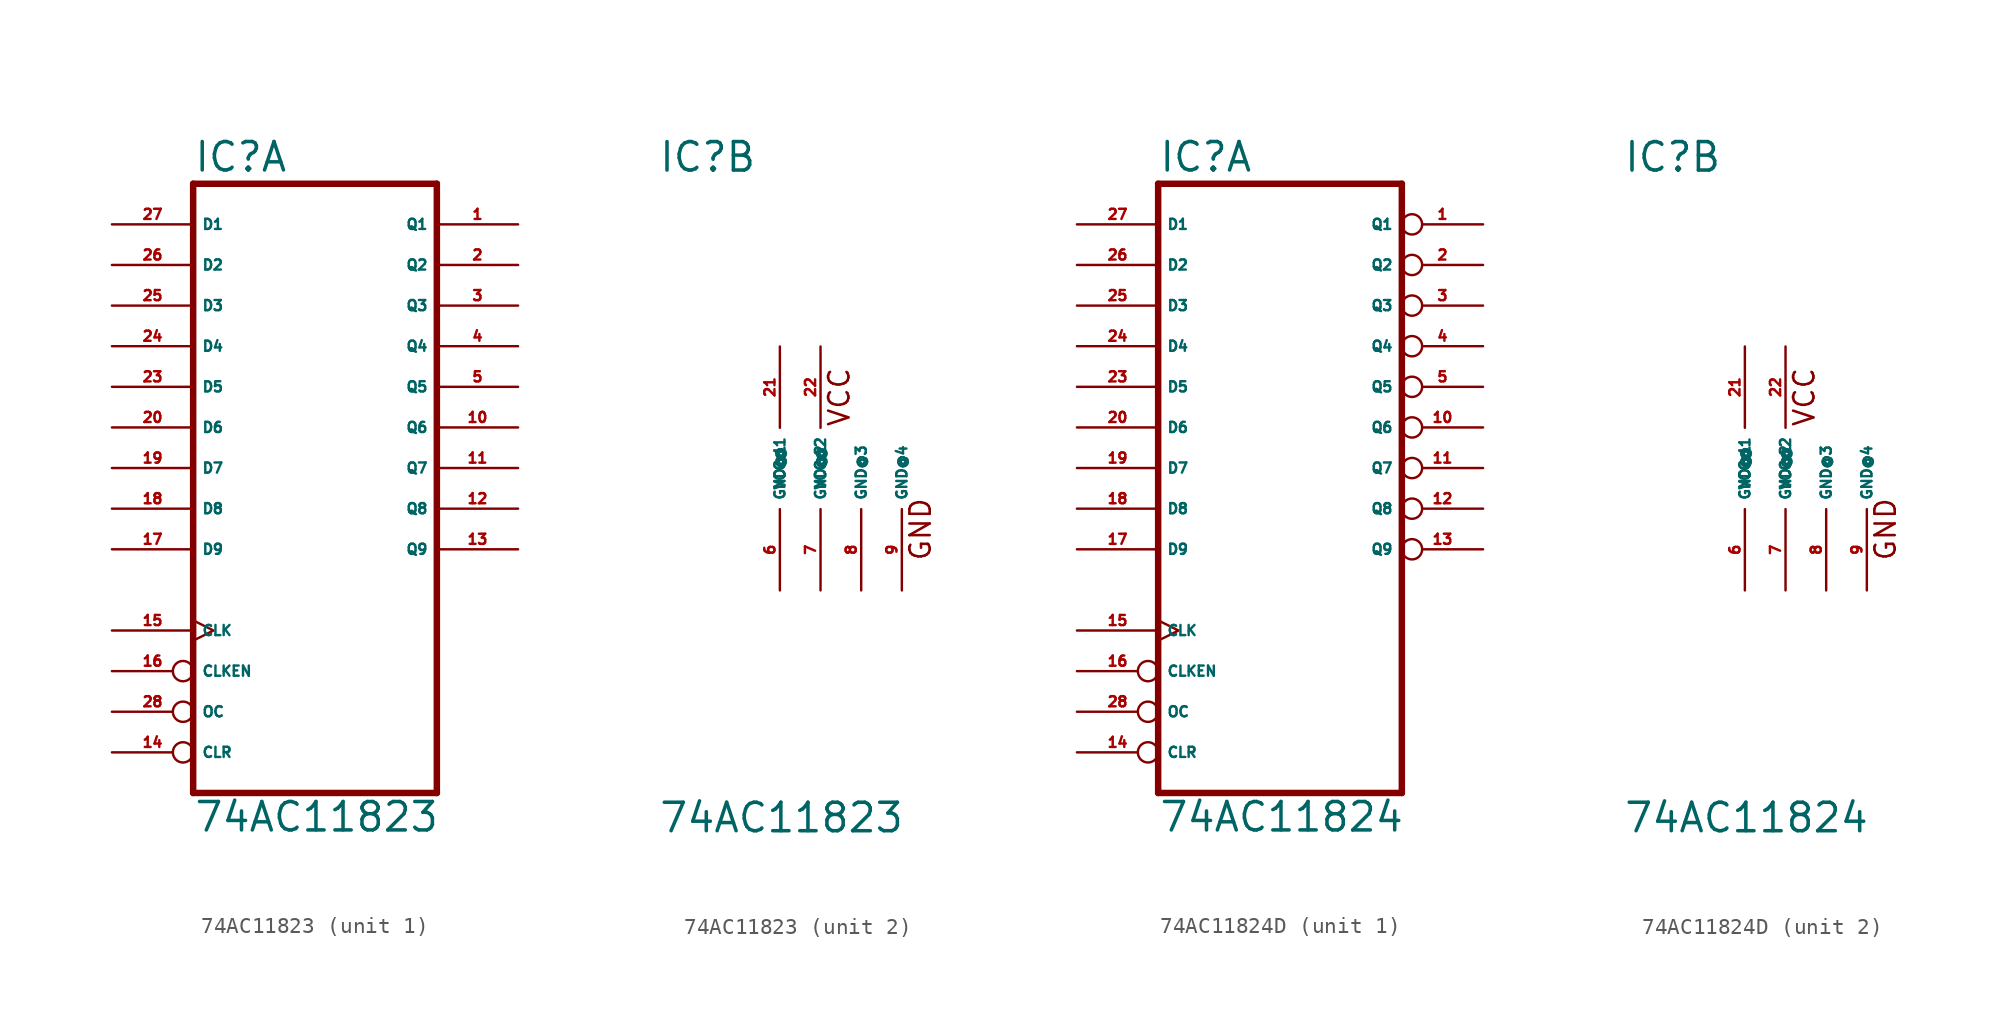
<source format=kicad_sym>
(kicad_symbol_lib
  (version 20220914)
  (generator Eagle2Kicad)
  (symbol "74AC11823"
    (property "Reference" "IC"
      (at -7.62 18.415 0)
      (effects (font (size 1.778 1.778) (thickness 0.22)) (justify left bottom)))
    (property "Value" "74AC11823"
      (at -7.62 -22.86 0)
      (effects (font (size 1.778 1.778) (thickness 0.22)) (justify left bottom)))
    (symbol "74AC11823_1_0"
      (polyline (pts (xy -7.62 -20.32) (xy 7.62 -20.32)) (stroke (width 0.406) (type default)) (fill (type none)))
      (polyline (pts (xy 7.62 -20.32) (xy 7.62 17.78)) (stroke (width 0.406) (type default)) (fill (type none)))
      (polyline (pts (xy 7.62 17.78) (xy -7.62 17.78)) (stroke (width 0.406) (type default)) (fill (type none)))
      (polyline (pts (xy -7.62 17.78) (xy -7.62 -20.32)) (stroke (width 0.406) (type default)) (fill (type none)))
      (pin tri_state line (at 12.7 15.24 180) (length 5.08) (name "Q1" (effects (font (size 0.635 0.635) (thickness 0.08)) (justify left bottom))) (number "1" (effects (font (size 0.635 0.635) (thickness 0.08)) (justify left bottom))))
      (pin tri_state line (at 12.7 12.7 180) (length 5.08) (name "Q2" (effects (font (size 0.635 0.635) (thickness 0.08)) (justify left bottom))) (number "2" (effects (font (size 0.635 0.635) (thickness 0.08)) (justify left bottom))))
      (pin tri_state line (at 12.7 10.16 180) (length 5.08) (name "Q3" (effects (font (size 0.635 0.635) (thickness 0.08)) (justify left bottom))) (number "3" (effects (font (size 0.635 0.635) (thickness 0.08)) (justify left bottom))))
      (pin tri_state line (at 12.7 7.62 180) (length 5.08) (name "Q4" (effects (font (size 0.635 0.635) (thickness 0.08)) (justify left bottom))) (number "4" (effects (font (size 0.635 0.635) (thickness 0.08)) (justify left bottom))))
      (pin tri_state line (at 12.7 5.08 180) (length 5.08) (name "Q5" (effects (font (size 0.635 0.635) (thickness 0.08)) (justify left bottom))) (number "5" (effects (font (size 0.635 0.635) (thickness 0.08)) (justify left bottom))))
      (pin tri_state line (at 12.7 2.54 180) (length 5.08) (name "Q6" (effects (font (size 0.635 0.635) (thickness 0.08)) (justify left bottom))) (number "10" (effects (font (size 0.635 0.635) (thickness 0.08)) (justify left bottom))))
      (pin tri_state line (at 12.7 0 180) (length 5.08) (name "Q7" (effects (font (size 0.635 0.635) (thickness 0.08)) (justify left bottom))) (number "11" (effects (font (size 0.635 0.635) (thickness 0.08)) (justify left bottom))))
      (pin tri_state line (at 12.7 -2.54 180) (length 5.08) (name "Q8" (effects (font (size 0.635 0.635) (thickness 0.08)) (justify left bottom))) (number "12" (effects (font (size 0.635 0.635) (thickness 0.08)) (justify left bottom))))
      (pin tri_state line (at 12.7 -5.08 180) (length 5.08) (name "Q9" (effects (font (size 0.635 0.635) (thickness 0.08)) (justify left bottom))) (number "13" (effects (font (size 0.635 0.635) (thickness 0.08)) (justify left bottom))))
      (pin input inverted (at -12.7 -17.78 0) (length 5.08) (name "CLR" (effects (font (size 0.635 0.635) (thickness 0.08)) (justify left bottom))) (number "14" (effects (font (size 0.635 0.635) (thickness 0.08)) (justify left bottom))))
      (pin input clock (at -12.7 -10.16 0) (length 5.08) (name "CLK" (effects (font (size 0.635 0.635) (thickness 0.08)) (justify left bottom))) (number "15" (effects (font (size 0.635 0.635) (thickness 0.08)) (justify left bottom))))
      (pin input inverted (at -12.7 -12.7 0) (length 5.08) (name "CLKEN" (effects (font (size 0.635 0.635) (thickness 0.08)) (justify left bottom))) (number "16" (effects (font (size 0.635 0.635) (thickness 0.08)) (justify left bottom))))
      (pin input line (at -12.7 -5.08 0) (length 5.08) (name "D9" (effects (font (size 0.635 0.635) (thickness 0.08)) (justify left bottom))) (number "17" (effects (font (size 0.635 0.635) (thickness 0.08)) (justify left bottom))))
      (pin input line (at -12.7 -2.54 0) (length 5.08) (name "D8" (effects (font (size 0.635 0.635) (thickness 0.08)) (justify left bottom))) (number "18" (effects (font (size 0.635 0.635) (thickness 0.08)) (justify left bottom))))
      (pin input line (at -12.7 0 0) (length 5.08) (name "D7" (effects (font (size 0.635 0.635) (thickness 0.08)) (justify left bottom))) (number "19" (effects (font (size 0.635 0.635) (thickness 0.08)) (justify left bottom))))
      (pin input line (at -12.7 2.54 0) (length 5.08) (name "D6" (effects (font (size 0.635 0.635) (thickness 0.08)) (justify left bottom))) (number "20" (effects (font (size 0.635 0.635) (thickness 0.08)) (justify left bottom))))
      (pin input line (at -12.7 5.08 0) (length 5.08) (name "D5" (effects (font (size 0.635 0.635) (thickness 0.08)) (justify left bottom))) (number "23" (effects (font (size 0.635 0.635) (thickness 0.08)) (justify left bottom))))
      (pin input line (at -12.7 7.62 0) (length 5.08) (name "D4" (effects (font (size 0.635 0.635) (thickness 0.08)) (justify left bottom))) (number "24" (effects (font (size 0.635 0.635) (thickness 0.08)) (justify left bottom))))
      (pin input line (at -12.7 10.16 0) (length 5.08) (name "D3" (effects (font (size 0.635 0.635) (thickness 0.08)) (justify left bottom))) (number "25" (effects (font (size 0.635 0.635) (thickness 0.08)) (justify left bottom))))
      (pin input line (at -12.7 12.7 0) (length 5.08) (name "D2" (effects (font (size 0.635 0.635) (thickness 0.08)) (justify left bottom))) (number "26" (effects (font (size 0.635 0.635) (thickness 0.08)) (justify left bottom))))
      (pin input line (at -12.7 15.24 0) (length 5.08) (name "D1" (effects (font (size 0.635 0.635) (thickness 0.08)) (justify left bottom))) (number "27" (effects (font (size 0.635 0.635) (thickness 0.08)) (justify left bottom))))
      (pin input inverted (at -12.7 -15.24 0) (length 5.08) (name "OC" (effects (font (size 0.635 0.635) (thickness 0.08)) (justify left bottom))) (number "28" (effects (font (size 0.635 0.635) (thickness 0.08)) (justify left bottom)))))
    (symbol "74AC11823_2_0"
      (text "VCC" (at 4.445 2.54 900) (effects (font (size 1.27 1.27) (thickness 0.16)) (justify left bottom)))
      (text "GND" (at 9.525 -5.842 900) (effects (font (size 1.27 1.27) (thickness 0.16)) (justify left bottom)))
      (pin unspecified line (at 0 -7.62 90) (length 5.08) (name "GND@1" (effects (font (size 0.635 0.635) (thickness 0.08)) (justify left bottom))) (number "6" (effects (font (size 0.635 0.635) (thickness 0.08)) (justify left bottom))))
      (pin unspecified line (at 2.54 -7.62 90) (length 5.08) (name "GND@2" (effects (font (size 0.635 0.635) (thickness 0.08)) (justify left bottom))) (number "7" (effects (font (size 0.635 0.635) (thickness 0.08)) (justify left bottom))))
      (pin unspecified line (at 5.08 -7.62 90) (length 5.08) (name "GND@3" (effects (font (size 0.635 0.635) (thickness 0.08)) (justify left bottom))) (number "8" (effects (font (size 0.635 0.635) (thickness 0.08)) (justify left bottom))))
      (pin unspecified line (at 7.62 -7.62 90) (length 5.08) (name "GND@4" (effects (font (size 0.635 0.635) (thickness 0.08)) (justify left bottom))) (number "9" (effects (font (size 0.635 0.635) (thickness 0.08)) (justify left bottom))))
      (pin unspecified line (at 0 7.62 270) (length 5.08) (name "VCC@1" (effects (font (size 0.635 0.635) (thickness 0.08)) (justify left bottom))) (number "21" (effects (font (size 0.635 0.635) (thickness 0.08)) (justify left bottom))))
      (pin unspecified line (at 2.54 7.62 270) (length 5.08) (name "VCC@2" (effects (font (size 0.635 0.635) (thickness 0.08)) (justify left bottom))) (number "22" (effects (font (size 0.635 0.635) (thickness 0.08)) (justify left bottom))))))
  (symbol "74AC11824D"
    (property "Reference" "IC"
      (at -7.62 18.415 0)
      (effects (font (size 1.778 1.778) (thickness 0.22)) (justify left bottom)))
    (property "Value" "74AC11824"
      (at -7.62 -22.86 0)
      (effects (font (size 1.778 1.778) (thickness 0.22)) (justify left bottom)))
    (symbol "74AC11824D_1_0"
      (polyline (pts (xy -7.62 -20.32) (xy 7.62 -20.32)) (stroke (width 0.406) (type default)) (fill (type none)))
      (polyline (pts (xy 7.62 -20.32) (xy 7.62 17.78)) (stroke (width 0.406) (type default)) (fill (type none)))
      (polyline (pts (xy 7.62 17.78) (xy -7.62 17.78)) (stroke (width 0.406) (type default)) (fill (type none)))
      (polyline (pts (xy -7.62 17.78) (xy -7.62 -20.32)) (stroke (width 0.406) (type default)) (fill (type none)))
      (pin tri_state inverted (at 12.7 15.24 180) (length 5.08) (name "Q1" (effects (font (size 0.635 0.635) (thickness 0.08)) (justify left bottom))) (number "1" (effects (font (size 0.635 0.635) (thickness 0.08)) (justify left bottom))))
      (pin tri_state inverted (at 12.7 12.7 180) (length 5.08) (name "Q2" (effects (font (size 0.635 0.635) (thickness 0.08)) (justify left bottom))) (number "2" (effects (font (size 0.635 0.635) (thickness 0.08)) (justify left bottom))))
      (pin tri_state inverted (at 12.7 10.16 180) (length 5.08) (name "Q3" (effects (font (size 0.635 0.635) (thickness 0.08)) (justify left bottom))) (number "3" (effects (font (size 0.635 0.635) (thickness 0.08)) (justify left bottom))))
      (pin tri_state inverted (at 12.7 7.62 180) (length 5.08) (name "Q4" (effects (font (size 0.635 0.635) (thickness 0.08)) (justify left bottom))) (number "4" (effects (font (size 0.635 0.635) (thickness 0.08)) (justify left bottom))))
      (pin tri_state inverted (at 12.7 5.08 180) (length 5.08) (name "Q5" (effects (font (size 0.635 0.635) (thickness 0.08)) (justify left bottom))) (number "5" (effects (font (size 0.635 0.635) (thickness 0.08)) (justify left bottom))))
      (pin tri_state inverted (at 12.7 2.54 180) (length 5.08) (name "Q6" (effects (font (size 0.635 0.635) (thickness 0.08)) (justify left bottom))) (number "10" (effects (font (size 0.635 0.635) (thickness 0.08)) (justify left bottom))))
      (pin tri_state inverted (at 12.7 0 180) (length 5.08) (name "Q7" (effects (font (size 0.635 0.635) (thickness 0.08)) (justify left bottom))) (number "11" (effects (font (size 0.635 0.635) (thickness 0.08)) (justify left bottom))))
      (pin tri_state inverted (at 12.7 -2.54 180) (length 5.08) (name "Q8" (effects (font (size 0.635 0.635) (thickness 0.08)) (justify left bottom))) (number "12" (effects (font (size 0.635 0.635) (thickness 0.08)) (justify left bottom))))
      (pin tri_state inverted (at 12.7 -5.08 180) (length 5.08) (name "Q9" (effects (font (size 0.635 0.635) (thickness 0.08)) (justify left bottom))) (number "13" (effects (font (size 0.635 0.635) (thickness 0.08)) (justify left bottom))))
      (pin input inverted (at -12.7 -17.78 0) (length 5.08) (name "CLR" (effects (font (size 0.635 0.635) (thickness 0.08)) (justify left bottom))) (number "14" (effects (font (size 0.635 0.635) (thickness 0.08)) (justify left bottom))))
      (pin input clock (at -12.7 -10.16 0) (length 5.08) (name "CLK" (effects (font (size 0.635 0.635) (thickness 0.08)) (justify left bottom))) (number "15" (effects (font (size 0.635 0.635) (thickness 0.08)) (justify left bottom))))
      (pin input inverted (at -12.7 -12.7 0) (length 5.08) (name "CLKEN" (effects (font (size 0.635 0.635) (thickness 0.08)) (justify left bottom))) (number "16" (effects (font (size 0.635 0.635) (thickness 0.08)) (justify left bottom))))
      (pin input line (at -12.7 -5.08 0) (length 5.08) (name "D9" (effects (font (size 0.635 0.635) (thickness 0.08)) (justify left bottom))) (number "17" (effects (font (size 0.635 0.635) (thickness 0.08)) (justify left bottom))))
      (pin input line (at -12.7 -2.54 0) (length 5.08) (name "D8" (effects (font (size 0.635 0.635) (thickness 0.08)) (justify left bottom))) (number "18" (effects (font (size 0.635 0.635) (thickness 0.08)) (justify left bottom))))
      (pin input line (at -12.7 0 0) (length 5.08) (name "D7" (effects (font (size 0.635 0.635) (thickness 0.08)) (justify left bottom))) (number "19" (effects (font (size 0.635 0.635) (thickness 0.08)) (justify left bottom))))
      (pin input line (at -12.7 2.54 0) (length 5.08) (name "D6" (effects (font (size 0.635 0.635) (thickness 0.08)) (justify left bottom))) (number "20" (effects (font (size 0.635 0.635) (thickness 0.08)) (justify left bottom))))
      (pin input line (at -12.7 5.08 0) (length 5.08) (name "D5" (effects (font (size 0.635 0.635) (thickness 0.08)) (justify left bottom))) (number "23" (effects (font (size 0.635 0.635) (thickness 0.08)) (justify left bottom))))
      (pin input line (at -12.7 7.62 0) (length 5.08) (name "D4" (effects (font (size 0.635 0.635) (thickness 0.08)) (justify left bottom))) (number "24" (effects (font (size 0.635 0.635) (thickness 0.08)) (justify left bottom))))
      (pin input line (at -12.7 10.16 0) (length 5.08) (name "D3" (effects (font (size 0.635 0.635) (thickness 0.08)) (justify left bottom))) (number "25" (effects (font (size 0.635 0.635) (thickness 0.08)) (justify left bottom))))
      (pin input line (at -12.7 12.7 0) (length 5.08) (name "D2" (effects (font (size 0.635 0.635) (thickness 0.08)) (justify left bottom))) (number "26" (effects (font (size 0.635 0.635) (thickness 0.08)) (justify left bottom))))
      (pin input line (at -12.7 15.24 0) (length 5.08) (name "D1" (effects (font (size 0.635 0.635) (thickness 0.08)) (justify left bottom))) (number "27" (effects (font (size 0.635 0.635) (thickness 0.08)) (justify left bottom))))
      (pin input inverted (at -12.7 -15.24 0) (length 5.08) (name "OC" (effects (font (size 0.635 0.635) (thickness 0.08)) (justify left bottom))) (number "28" (effects (font (size 0.635 0.635) (thickness 0.08)) (justify left bottom)))))
    (symbol "74AC11824D_2_0"
      (text "VCC" (at 4.445 2.54 900) (effects (font (size 1.27 1.27) (thickness 0.16)) (justify left bottom)))
      (text "GND" (at 9.525 -5.842 900) (effects (font (size 1.27 1.27) (thickness 0.16)) (justify left bottom)))
      (pin unspecified line (at 0 -7.62 90) (length 5.08) (name "GND@1" (effects (font (size 0.635 0.635) (thickness 0.08)) (justify left bottom))) (number "6" (effects (font (size 0.635 0.635) (thickness 0.08)) (justify left bottom))))
      (pin unspecified line (at 2.54 -7.62 90) (length 5.08) (name "GND@2" (effects (font (size 0.635 0.635) (thickness 0.08)) (justify left bottom))) (number "7" (effects (font (size 0.635 0.635) (thickness 0.08)) (justify left bottom))))
      (pin unspecified line (at 5.08 -7.62 90) (length 5.08) (name "GND@3" (effects (font (size 0.635 0.635) (thickness 0.08)) (justify left bottom))) (number "8" (effects (font (size 0.635 0.635) (thickness 0.08)) (justify left bottom))))
      (pin unspecified line (at 7.62 -7.62 90) (length 5.08) (name "GND@4" (effects (font (size 0.635 0.635) (thickness 0.08)) (justify left bottom))) (number "9" (effects (font (size 0.635 0.635) (thickness 0.08)) (justify left bottom))))
      (pin unspecified line (at 0 7.62 270) (length 5.08) (name "VCC@1" (effects (font (size 0.635 0.635) (thickness 0.08)) (justify left bottom))) (number "21" (effects (font (size 0.635 0.635) (thickness 0.08)) (justify left bottom))))
      (pin unspecified line (at 2.54 7.62 270) (length 5.08) (name "VCC@2" (effects (font (size 0.635 0.635) (thickness 0.08)) (justify left bottom))) (number "22" (effects (font (size 0.635 0.635) (thickness 0.08)) (justify left bottom)))))))
</source>
